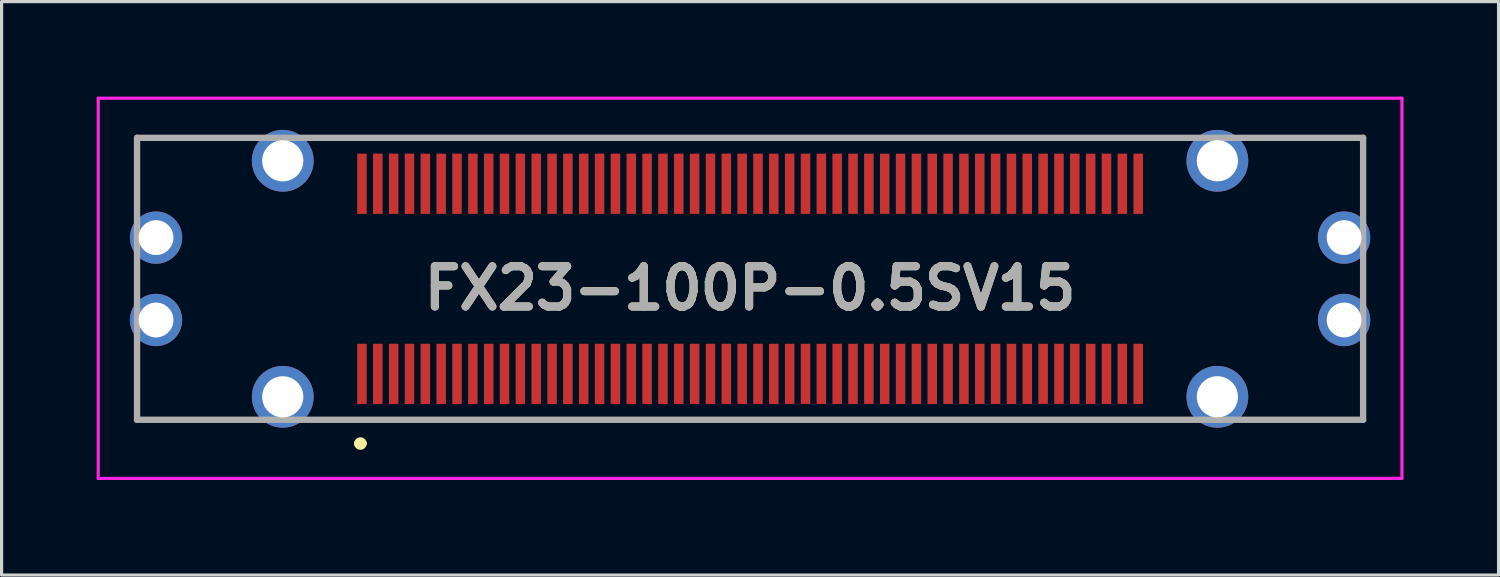
<source format=kicad_pcb>
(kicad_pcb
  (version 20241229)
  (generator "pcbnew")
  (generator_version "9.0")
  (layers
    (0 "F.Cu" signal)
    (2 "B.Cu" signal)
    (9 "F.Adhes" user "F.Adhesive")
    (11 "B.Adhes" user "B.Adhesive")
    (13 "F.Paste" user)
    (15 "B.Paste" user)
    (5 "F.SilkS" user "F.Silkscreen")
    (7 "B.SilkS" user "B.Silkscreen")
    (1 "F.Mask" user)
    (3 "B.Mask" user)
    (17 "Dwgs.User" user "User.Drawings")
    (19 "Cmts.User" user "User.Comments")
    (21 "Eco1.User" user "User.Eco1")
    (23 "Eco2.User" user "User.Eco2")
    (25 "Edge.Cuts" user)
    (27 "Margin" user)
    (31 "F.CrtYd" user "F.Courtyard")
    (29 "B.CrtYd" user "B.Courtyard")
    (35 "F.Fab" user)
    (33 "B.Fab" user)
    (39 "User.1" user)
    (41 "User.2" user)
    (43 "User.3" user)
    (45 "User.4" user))
  (footprint "FX23-100P-0.5SV15"
    (layer "F.Cu")
    (at 20.625 5.75)
    (property "Reference" "FX23-100P-0.5SV15" (at 0 0.3 0) (layer "F.SilkS") (effects (font (size 1.27 1.27) (thickness 0.254))))
    (attr through_hole)
    (fp_line (start -19.35 -4.45) (end -19.35 -2.4) (stroke (width 0.1) (type solid)) (layer "F.SilkS"))
    (fp_line (start -19.35 4.45) (end -19.35 2.4) (stroke (width 0.1) (type solid)) (layer "F.SilkS"))
    (fp_line (start -16 4.45) (end -19.35 4.45) (stroke (width 0.1) (type solid)) (layer "F.SilkS"))
    (fp_line (start -15.8 -4.45) (end -19.35 -4.45) (stroke (width 0.1) (type solid)) (layer "F.SilkS"))
    (fp_line (start -13.6 -4.45) (end 13.6 -4.45) (stroke (width 0.1) (type solid)) (layer "F.SilkS"))
    (fp_line (start -12.4 5.2) (end -12.4 5.2) (stroke (width 0.2) (type solid)) (layer "F.SilkS"))
    (fp_line (start -12.2 5.2) (end -12.2 5.2) (stroke (width 0.2) (type solid)) (layer "F.SilkS"))
    (fp_line (start 13.6 4.45) (end -13.6 4.45) (stroke (width 0.1) (type solid)) (layer "F.SilkS"))
    (fp_line (start 16 -4.45) (end 19.35 -4.45) (stroke (width 0.1) (type solid)) (layer "F.SilkS"))
    (fp_line (start 19.35 -4.45) (end 19.35 -2.4) (stroke (width 0.1) (type solid)) (layer "F.SilkS"))
    (fp_line (start 19.35 2.4) (end 19.35 4.45) (stroke (width 0.1) (type solid)) (layer "F.SilkS"))
    (fp_line (start 19.35 4.45) (end 16 4.45) (stroke (width 0.1) (type solid)) (layer "F.SilkS"))
    (fp_arc (start -12.4 5.2) (mid -12.3 5.1) (end -12.2 5.2) (stroke (width 0.2) (type solid)) (layer "F.SilkS"))
    (fp_arc (start -12.2 5.2) (mid -12.3 5.3) (end -12.4 5.2) (stroke (width 0.2) (type solid)) (layer "F.SilkS"))
    (fp_line (start -20.575 -5.7) (end 20.575 -5.7) (stroke (width 0.1) (type solid)) (layer "F.CrtYd"))
    (fp_line (start -20.575 6.3) (end -20.575 -5.7) (stroke (width 0.1) (type solid)) (layer "F.CrtYd"))
    (fp_line (start 20.575 -5.7) (end 20.575 6.3) (stroke (width 0.1) (type solid)) (layer "F.CrtYd"))
    (fp_line (start 20.575 6.3) (end -20.575 6.3) (stroke (width 0.1) (type solid)) (layer "F.CrtYd"))
    (fp_line (start -19.35 -4.45) (end 19.35 -4.45) (stroke (width 0.2) (type solid)) (layer "F.Fab"))
    (fp_line (start -19.35 4.45) (end -19.35 -4.45) (stroke (width 0.2) (type solid)) (layer "F.Fab"))
    (fp_line (start 19.35 -4.45) (end 19.35 4.45) (stroke (width 0.2) (type solid)) (layer "F.Fab"))
    (fp_line (start 19.35 4.45) (end -19.35 4.45) (stroke (width 0.2) (type solid)) (layer "F.Fab"))
    (fp_text user "${REFERENCE}" (at 0 0.3 0) (layer "F.Fab") (effects (font (size 1.27 1.27) (thickness 0.254))))
    (pad "1" smd rect (at -12.25 3) (size 0.3 1.9) (layers "F.Cu" "F.Mask" "F.Paste"))
    (pad "2" smd rect (at -11.75 3) (size 0.3 1.9) (layers "F.Cu" "F.Mask" "F.Paste"))
    (pad "3" smd rect (at -11.25 3) (size 0.3 1.9) (layers "F.Cu" "F.Mask" "F.Paste"))
    (pad "4" smd rect (at -10.75 3) (size 0.3 1.9) (layers "F.Cu" "F.Mask" "F.Paste"))
    (pad "5" smd rect (at -10.25 3) (size 0.3 1.9) (layers "F.Cu" "F.Mask" "F.Paste"))
    (pad "6" smd rect (at -9.75 3) (size 0.3 1.9) (layers "F.Cu" "F.Mask" "F.Paste"))
    (pad "7" smd rect (at -9.25 3) (size 0.3 1.9) (layers "F.Cu" "F.Mask" "F.Paste"))
    (pad "8" smd rect (at -8.75 3) (size 0.3 1.9) (layers "F.Cu" "F.Mask" "F.Paste"))
    (pad "9" smd rect (at -8.25 3) (size 0.3 1.9) (layers "F.Cu" "F.Mask" "F.Paste"))
    (pad "10" smd rect (at -7.75 3) (size 0.3 1.9) (layers "F.Cu" "F.Mask" "F.Paste"))
    (pad "11" smd rect (at -7.25 3) (size 0.3 1.9) (layers "F.Cu" "F.Mask" "F.Paste"))
    (pad "12" smd rect (at -6.75 3) (size 0.3 1.9) (layers "F.Cu" "F.Mask" "F.Paste"))
    (pad "13" smd rect (at -6.25 3) (size 0.3 1.9) (layers "F.Cu" "F.Mask" "F.Paste"))
    (pad "14" smd rect (at -5.75 3) (size 0.3 1.9) (layers "F.Cu" "F.Mask" "F.Paste"))
    (pad "15" smd rect (at -5.25 3) (size 0.3 1.9) (layers "F.Cu" "F.Mask" "F.Paste"))
    (pad "16" smd rect (at -4.75 3) (size 0.3 1.9) (layers "F.Cu" "F.Mask" "F.Paste"))
    (pad "17" smd rect (at -4.25 3) (size 0.3 1.9) (layers "F.Cu" "F.Mask" "F.Paste"))
    (pad "18" smd rect (at -3.75 3) (size 0.3 1.9) (layers "F.Cu" "F.Mask" "F.Paste"))
    (pad "19" smd rect (at -3.25 3) (size 0.3 1.9) (layers "F.Cu" "F.Mask" "F.Paste"))
    (pad "20" smd rect (at -2.75 3) (size 0.3 1.9) (layers "F.Cu" "F.Mask" "F.Paste"))
    (pad "21" smd rect (at -2.25 3) (size 0.3 1.9) (layers "F.Cu" "F.Mask" "F.Paste"))
    (pad "22" smd rect (at -1.75 3) (size 0.3 1.9) (layers "F.Cu" "F.Mask" "F.Paste"))
    (pad "23" smd rect (at -1.25 3) (size 0.3 1.9) (layers "F.Cu" "F.Mask" "F.Paste"))
    (pad "24" smd rect (at -0.75 3) (size 0.3 1.9) (layers "F.Cu" "F.Mask" "F.Paste"))
    (pad "25" smd rect (at -0.25 3) (size 0.3 1.9) (layers "F.Cu" "F.Mask" "F.Paste"))
    (pad "26" smd rect (at 0.25 3) (size 0.3 1.9) (layers "F.Cu" "F.Mask" "F.Paste"))
    (pad "27" smd rect (at 0.75 3) (size 0.3 1.9) (layers "F.Cu" "F.Mask" "F.Paste"))
    (pad "28" smd rect (at 1.25 3) (size 0.3 1.9) (layers "F.Cu" "F.Mask" "F.Paste"))
    (pad "29" smd rect (at 1.75 3) (size 0.3 1.9) (layers "F.Cu" "F.Mask" "F.Paste"))
    (pad "30" smd rect (at 2.25 3) (size 0.3 1.9) (layers "F.Cu" "F.Mask" "F.Paste"))
    (pad "31" smd rect (at 2.75 3) (size 0.3 1.9) (layers "F.Cu" "F.Mask" "F.Paste"))
    (pad "32" smd rect (at 3.25 3) (size 0.3 1.9) (layers "F.Cu" "F.Mask" "F.Paste"))
    (pad "33" smd rect (at 3.75 3) (size 0.3 1.9) (layers "F.Cu" "F.Mask" "F.Paste"))
    (pad "34" smd rect (at 4.25 3) (size 0.3 1.9) (layers "F.Cu" "F.Mask" "F.Paste"))
    (pad "35" smd rect (at 4.75 3) (size 0.3 1.9) (layers "F.Cu" "F.Mask" "F.Paste"))
    (pad "36" smd rect (at 5.25 3) (size 0.3 1.9) (layers "F.Cu" "F.Mask" "F.Paste"))
    (pad "37" smd rect (at 5.75 3) (size 0.3 1.9) (layers "F.Cu" "F.Mask" "F.Paste"))
    (pad "38" smd rect (at 6.25 3) (size 0.3 1.9) (layers "F.Cu" "F.Mask" "F.Paste"))
    (pad "39" smd rect (at 6.75 3) (size 0.3 1.9) (layers "F.Cu" "F.Mask" "F.Paste"))
    (pad "40" smd rect (at 7.25 3) (size 0.3 1.9) (layers "F.Cu" "F.Mask" "F.Paste"))
    (pad "41" smd rect (at 7.75 3) (size 0.3 1.9) (layers "F.Cu" "F.Mask" "F.Paste"))
    (pad "42" smd rect (at 8.25 3) (size 0.3 1.9) (layers "F.Cu" "F.Mask" "F.Paste"))
    (pad "43" smd rect (at 8.75 3) (size 0.3 1.9) (layers "F.Cu" "F.Mask" "F.Paste"))
    (pad "44" smd rect (at 9.25 3) (size 0.3 1.9) (layers "F.Cu" "F.Mask" "F.Paste"))
    (pad "45" smd rect (at 9.75 3) (size 0.3 1.9) (layers "F.Cu" "F.Mask" "F.Paste"))
    (pad "46" smd rect (at 10.25 3) (size 0.3 1.9) (layers "F.Cu" "F.Mask" "F.Paste"))
    (pad "47" smd rect (at 10.75 3) (size 0.3 1.9) (layers "F.Cu" "F.Mask" "F.Paste"))
    (pad "48" smd rect (at 11.25 3) (size 0.3 1.9) (layers "F.Cu" "F.Mask" "F.Paste"))
    (pad "49" smd rect (at 11.75 3) (size 0.3 1.9) (layers "F.Cu" "F.Mask" "F.Paste"))
    (pad "50" smd rect (at 12.25 3) (size 0.3 1.9) (layers "F.Cu" "F.Mask" "F.Paste"))
    (pad "51" smd rect (at -12.25 -3) (size 0.3 1.9) (layers "F.Cu" "F.Mask" "F.Paste"))
    (pad "52" smd rect (at -11.75 -3) (size 0.3 1.9) (layers "F.Cu" "F.Mask" "F.Paste"))
    (pad "53" smd rect (at -11.25 -3) (size 0.3 1.9) (layers "F.Cu" "F.Mask" "F.Paste"))
    (pad "54" smd rect (at -10.75 -3) (size 0.3 1.9) (layers "F.Cu" "F.Mask" "F.Paste"))
    (pad "55" smd rect (at -10.25 -3) (size 0.3 1.9) (layers "F.Cu" "F.Mask" "F.Paste"))
    (pad "56" smd rect (at -9.75 -3) (size 0.3 1.9) (layers "F.Cu" "F.Mask" "F.Paste"))
    (pad "57" smd rect (at -9.25 -3) (size 0.3 1.9) (layers "F.Cu" "F.Mask" "F.Paste"))
    (pad "58" smd rect (at -8.75 -3) (size 0.3 1.9) (layers "F.Cu" "F.Mask" "F.Paste"))
    (pad "59" smd rect (at -8.25 -3) (size 0.3 1.9) (layers "F.Cu" "F.Mask" "F.Paste"))
    (pad "60" smd rect (at -7.75 -3) (size 0.3 1.9) (layers "F.Cu" "F.Mask" "F.Paste"))
    (pad "61" smd rect (at -7.25 -3) (size 0.3 1.9) (layers "F.Cu" "F.Mask" "F.Paste"))
    (pad "62" smd rect (at -6.75 -3) (size 0.3 1.9) (layers "F.Cu" "F.Mask" "F.Paste"))
    (pad "63" smd rect (at -6.25 -3) (size 0.3 1.9) (layers "F.Cu" "F.Mask" "F.Paste"))
    (pad "64" smd rect (at -5.75 -3) (size 0.3 1.9) (layers "F.Cu" "F.Mask" "F.Paste"))
    (pad "65" smd rect (at -5.25 -3) (size 0.3 1.9) (layers "F.Cu" "F.Mask" "F.Paste"))
    (pad "66" smd rect (at -4.75 -3) (size 0.3 1.9) (layers "F.Cu" "F.Mask" "F.Paste"))
    (pad "67" smd rect (at -4.25 -3) (size 0.3 1.9) (layers "F.Cu" "F.Mask" "F.Paste"))
    (pad "68" smd rect (at -3.75 -3) (size 0.3 1.9) (layers "F.Cu" "F.Mask" "F.Paste"))
    (pad "69" smd rect (at -3.25 -3) (size 0.3 1.9) (layers "F.Cu" "F.Mask" "F.Paste"))
    (pad "70" smd rect (at -2.75 -3) (size 0.3 1.9) (layers "F.Cu" "F.Mask" "F.Paste"))
    (pad "71" smd rect (at -2.25 -3) (size 0.3 1.9) (layers "F.Cu" "F.Mask" "F.Paste"))
    (pad "72" smd rect (at -1.75 -3) (size 0.3 1.9) (layers "F.Cu" "F.Mask" "F.Paste"))
    (pad "73" smd rect (at -1.25 -3) (size 0.3 1.9) (layers "F.Cu" "F.Mask" "F.Paste"))
    (pad "74" smd rect (at -0.75 -3) (size 0.3 1.9) (layers "F.Cu" "F.Mask" "F.Paste"))
    (pad "75" smd rect (at -0.25 -3) (size 0.3 1.9) (layers "F.Cu" "F.Mask" "F.Paste"))
    (pad "76" smd rect (at 0.25 -3) (size 0.3 1.9) (layers "F.Cu" "F.Mask" "F.Paste"))
    (pad "77" smd rect (at 0.75 -3) (size 0.3 1.9) (layers "F.Cu" "F.Mask" "F.Paste"))
    (pad "78" smd rect (at 1.25 -3) (size 0.3 1.9) (layers "F.Cu" "F.Mask" "F.Paste"))
    (pad "79" smd rect (at 1.75 -3) (size 0.3 1.9) (layers "F.Cu" "F.Mask" "F.Paste"))
    (pad "80" smd rect (at 2.25 -3) (size 0.3 1.9) (layers "F.Cu" "F.Mask" "F.Paste"))
    (pad "81" smd rect (at 2.75 -3) (size 0.3 1.9) (layers "F.Cu" "F.Mask" "F.Paste"))
    (pad "82" smd rect (at 3.25 -3) (size 0.3 1.9) (layers "F.Cu" "F.Mask" "F.Paste"))
    (pad "83" smd rect (at 3.75 -3) (size 0.3 1.9) (layers "F.Cu" "F.Mask" "F.Paste"))
    (pad "84" smd rect (at 4.25 -3) (size 0.3 1.9) (layers "F.Cu" "F.Mask" "F.Paste"))
    (pad "85" smd rect (at 4.75 -3) (size 0.3 1.9) (layers "F.Cu" "F.Mask" "F.Paste"))
    (pad "86" smd rect (at 5.25 -3) (size 0.3 1.9) (layers "F.Cu" "F.Mask" "F.Paste"))
    (pad "87" smd rect (at 5.75 -3) (size 0.3 1.9) (layers "F.Cu" "F.Mask" "F.Paste"))
    (pad "88" smd rect (at 6.25 -3) (size 0.3 1.9) (layers "F.Cu" "F.Mask" "F.Paste"))
    (pad "89" smd rect (at 6.75 -3) (size 0.3 1.9) (layers "F.Cu" "F.Mask" "F.Paste"))
    (pad "90" smd rect (at 7.25 -3) (size 0.3 1.9) (layers "F.Cu" "F.Mask" "F.Paste"))
    (pad "91" smd rect (at 7.75 -3) (size 0.3 1.9) (layers "F.Cu" "F.Mask" "F.Paste"))
    (pad "92" smd rect (at 8.25 -3) (size 0.3 1.9) (layers "F.Cu" "F.Mask" "F.Paste"))
    (pad "93" smd rect (at 8.75 -3) (size 0.3 1.9) (layers "F.Cu" "F.Mask" "F.Paste"))
    (pad "94" smd rect (at 9.25 -3) (size 0.3 1.9) (layers "F.Cu" "F.Mask" "F.Paste"))
    (pad "95" smd rect (at 9.75 -3) (size 0.3 1.9) (layers "F.Cu" "F.Mask" "F.Paste"))
    (pad "96" smd rect (at 10.25 -3) (size 0.3 1.9) (layers "F.Cu" "F.Mask" "F.Paste"))
    (pad "97" smd rect (at 10.75 -3) (size 0.3 1.9) (layers "F.Cu" "F.Mask" "F.Paste"))
    (pad "98" smd rect (at 11.25 -3) (size 0.3 1.9) (layers "F.Cu" "F.Mask" "F.Paste"))
    (pad "99" smd rect (at 11.75 -3) (size 0.3 1.9) (layers "F.Cu" "F.Mask" "F.Paste"))
    (pad "100" smd rect (at 12.25 -3) (size 0.3 1.9) (layers "F.Cu" "F.Mask" "F.Paste"))
    (pad "MH1" thru_hole circle (at -18.75 1.3) (size 1.65 1.65) (drill 1.1) (layers "*.Cu" "*.Mask"))
    (pad "MH2" thru_hole circle (at 18.75 1.3) (size 1.65 1.65) (drill 1.1) (layers "*.Cu" "*.Mask"))
    (pad "MH3" thru_hole circle (at -18.75 -1.3) (size 1.65 1.65) (drill 1.1) (layers "*.Cu" "*.Mask"))
    (pad "MH4" thru_hole circle (at 18.75 -1.3) (size 1.65 1.65) (drill 1.1) (layers "*.Cu" "*.Mask"))
    (pad "P1" thru_hole circle (at -14.75 3.725) (size 1.95 1.95) (drill 1.3) (layers "*.Cu" "*.Mask"))
    (pad "P2" thru_hole circle (at 14.75 3.725) (size 1.95 1.95) (drill 1.3) (layers "*.Cu" "*.Mask"))
    (pad "P3" thru_hole circle (at -14.75 -3.725) (size 1.95 1.95) (drill 1.3) (layers "*.Cu" "*.Mask"))
    (pad "P4" thru_hole circle (at 14.75 -3.725) (size 1.95 1.95) (drill 1.3) (layers "*.Cu" "*.Mask")))
  (gr_rect
    (start -3 -3)
    (end 44.25 15.1)
    (stroke (width 0.1) (type default))
    (fill no)
    (layer "Edge.Cuts")))
</source>
